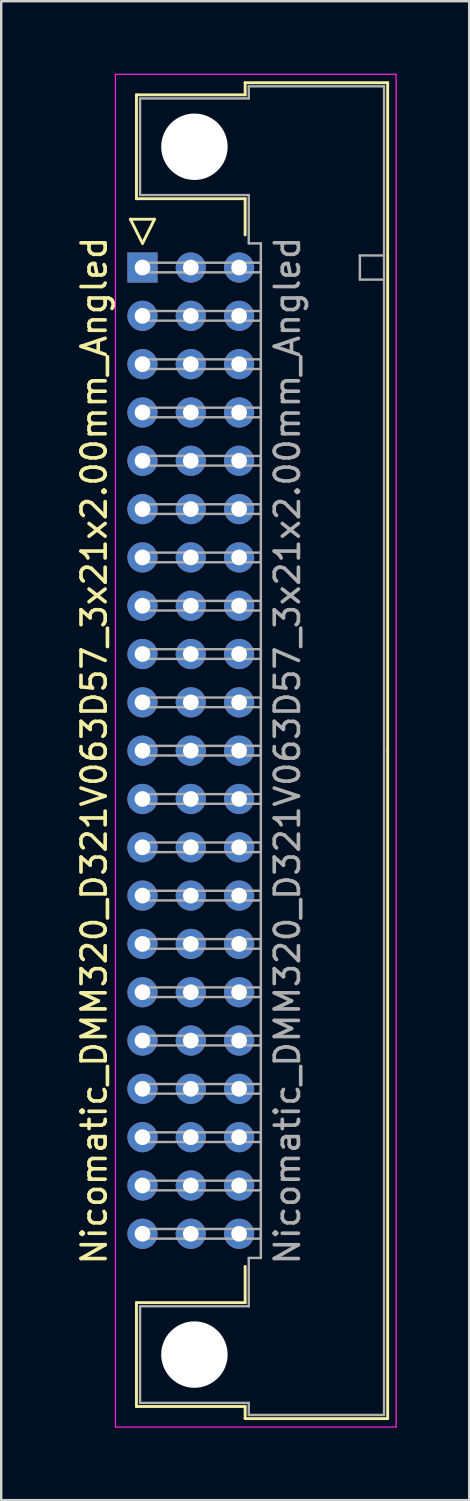
<source format=kicad_pcb>
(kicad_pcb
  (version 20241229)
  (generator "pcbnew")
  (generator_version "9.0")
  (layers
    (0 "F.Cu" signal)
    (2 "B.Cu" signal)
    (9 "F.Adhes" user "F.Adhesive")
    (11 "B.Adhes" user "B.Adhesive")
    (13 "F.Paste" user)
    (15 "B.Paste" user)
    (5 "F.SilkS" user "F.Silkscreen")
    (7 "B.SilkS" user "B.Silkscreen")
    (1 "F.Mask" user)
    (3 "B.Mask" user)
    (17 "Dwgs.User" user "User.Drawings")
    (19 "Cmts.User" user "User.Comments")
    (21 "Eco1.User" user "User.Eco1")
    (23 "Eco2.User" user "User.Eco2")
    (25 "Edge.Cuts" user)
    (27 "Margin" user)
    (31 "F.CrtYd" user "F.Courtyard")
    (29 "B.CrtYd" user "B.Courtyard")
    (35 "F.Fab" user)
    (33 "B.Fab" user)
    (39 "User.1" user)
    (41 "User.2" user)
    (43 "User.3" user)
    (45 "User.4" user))
  (footprint "Nicomatic_DMM320_D321V063D57_3x21x2.00mm_Angled"
    (layer "F.Cu")
    (at 2.848 8.025)
    (property "Reference" "Nicomatic_DMM320_D321V063D57_3x21x2.00mm_Angled" (at -2 20 90) (layer "F.SilkS") (effects (font (size 1 1) (thickness 0.15))))
    (attr through_hole)
    (fp_line (start -0.5 -2) (end 0 -1) (stroke (width 0.12) (type solid)) (layer "F.SilkS"))
    (fp_line (start -0.25 -7.15) (end -0.25 -2.85) (stroke (width 0.12) (type solid)) (layer "F.SilkS"))
    (fp_line (start -0.25 -2.85) (end 4.25 -2.85) (stroke (width 0.12) (type solid)) (layer "F.SilkS"))
    (fp_line (start -0.25 42.85) (end 4.25 42.85) (stroke (width 0.12) (type solid)) (layer "F.SilkS"))
    (fp_line (start -0.25 47.15) (end -0.25 42.85) (stroke (width 0.12) (type solid)) (layer "F.SilkS"))
    (fp_line (start 0 -1) (end 0.5 -2) (stroke (width 0.12) (type solid)) (layer "F.SilkS"))
    (fp_line (start 0.5 -2) (end -0.5 -2) (stroke (width 0.12) (type solid)) (layer "F.SilkS"))
    (fp_line (start 4.25 -7.65) (end 4.25 -7.15) (stroke (width 0.12) (type solid)) (layer "F.SilkS"))
    (fp_line (start 4.25 -7.15) (end -0.25 -7.15) (stroke (width 0.12) (type solid)) (layer "F.SilkS"))
    (fp_line (start 4.25 -2.85) (end 4.25 -1.35) (stroke (width 0.12) (type solid)) (layer "F.SilkS"))
    (fp_line (start 4.25 42.85) (end 4.25 41.35) (stroke (width 0.12) (type solid)) (layer "F.SilkS"))
    (fp_line (start 4.25 47.15) (end -0.25 47.15) (stroke (width 0.12) (type solid)) (layer "F.SilkS"))
    (fp_line (start 4.25 47.65) (end 4.25 47.15) (stroke (width 0.12) (type solid)) (layer "F.SilkS"))
    (fp_line (start 10.15 -7.65) (end 4.25 -7.65) (stroke (width 0.12) (type solid)) (layer "F.SilkS"))
    (fp_line (start 10.15 20) (end 10.15 -7.65) (stroke (width 0.12) (type solid)) (layer "F.SilkS"))
    (fp_line (start 10.15 20) (end 10.15 47.65) (stroke (width 0.12) (type solid)) (layer "F.SilkS"))
    (fp_line (start 10.15 47.65) (end 4.25 47.65) (stroke (width 0.12) (type solid)) (layer "F.SilkS"))
    (fp_line (start -1.12 -8) (end -1.12 48) (stroke (width 0.05) (type solid)) (layer "F.CrtYd"))
    (fp_line (start -1.12 48) (end 10.5 48) (stroke (width 0.05) (type solid)) (layer "F.CrtYd"))
    (fp_line (start 10.5 -8) (end -1.12 -8) (stroke (width 0.05) (type solid)) (layer "F.CrtYd"))
    (fp_line (start 10.5 48) (end 10.5 -8) (stroke (width 0.05) (type solid)) (layer "F.CrtYd"))
    (fp_line (start -0.1 -7) (end -0.1 -3) (stroke (width 0.1) (type solid)) (layer "F.Fab"))
    (fp_line (start -0.1 -3) (end 4.4 -3) (stroke (width 0.1) (type solid)) (layer "F.Fab"))
    (fp_line (start -0.1 43) (end 4.4 43) (stroke (width 0.1) (type solid)) (layer "F.Fab"))
    (fp_line (start -0.1 47) (end -0.1 43) (stroke (width 0.1) (type solid)) (layer "F.Fab"))
    (fp_line (start 0 -0.2) (end 0 0.2) (stroke (width 0.1) (type solid)) (layer "F.Fab"))
    (fp_line (start 0 0.2) (end 4.9 0.2) (stroke (width 0.1) (type solid)) (layer "F.Fab"))
    (fp_line (start 0 1.8) (end 0 2.2) (stroke (width 0.1) (type solid)) (layer "F.Fab"))
    (fp_line (start 0 2.2) (end 4.9 2.2) (stroke (width 0.1) (type solid)) (layer "F.Fab"))
    (fp_line (start 0 3.8) (end 0 4.2) (stroke (width 0.1) (type solid)) (layer "F.Fab"))
    (fp_line (start 0 4.2) (end 4.9 4.2) (stroke (width 0.1) (type solid)) (layer "F.Fab"))
    (fp_line (start 0 5.8) (end 0 6.2) (stroke (width 0.1) (type solid)) (layer "F.Fab"))
    (fp_line (start 0 6.2) (end 4.9 6.2) (stroke (width 0.1) (type solid)) (layer "F.Fab"))
    (fp_line (start 0 7.8) (end 0 8.2) (stroke (width 0.1) (type solid)) (layer "F.Fab"))
    (fp_line (start 0 8.2) (end 4.9 8.2) (stroke (width 0.1) (type solid)) (layer "F.Fab"))
    (fp_line (start 0 9.8) (end 0 10.2) (stroke (width 0.1) (type solid)) (layer "F.Fab"))
    (fp_line (start 0 10.2) (end 4.9 10.2) (stroke (width 0.1) (type solid)) (layer "F.Fab"))
    (fp_line (start 0 11.8) (end 0 12.2) (stroke (width 0.1) (type solid)) (layer "F.Fab"))
    (fp_line (start 0 12.2) (end 4.9 12.2) (stroke (width 0.1) (type solid)) (layer "F.Fab"))
    (fp_line (start 0 13.8) (end 0 14.2) (stroke (width 0.1) (type solid)) (layer "F.Fab"))
    (fp_line (start 0 14.2) (end 4.9 14.2) (stroke (width 0.1) (type solid)) (layer "F.Fab"))
    (fp_line (start 0 15.8) (end 0 16.2) (stroke (width 0.1) (type solid)) (layer "F.Fab"))
    (fp_line (start 0 16.2) (end 4.9 16.2) (stroke (width 0.1) (type solid)) (layer "F.Fab"))
    (fp_line (start 0 17.8) (end 0 18.2) (stroke (width 0.1) (type solid)) (layer "F.Fab"))
    (fp_line (start 0 18.2) (end 4.9 18.2) (stroke (width 0.1) (type solid)) (layer "F.Fab"))
    (fp_line (start 0 19.8) (end 0 20.2) (stroke (width 0.1) (type solid)) (layer "F.Fab"))
    (fp_line (start 0 20.2) (end 4.9 20.2) (stroke (width 0.1) (type solid)) (layer "F.Fab"))
    (fp_line (start 0 21.8) (end 0 22.2) (stroke (width 0.1) (type solid)) (layer "F.Fab"))
    (fp_line (start 0 22.2) (end 4.9 22.2) (stroke (width 0.1) (type solid)) (layer "F.Fab"))
    (fp_line (start 0 23.8) (end 0 24.2) (stroke (width 0.1) (type solid)) (layer "F.Fab"))
    (fp_line (start 0 24.2) (end 4.9 24.2) (stroke (width 0.1) (type solid)) (layer "F.Fab"))
    (fp_line (start 0 25.8) (end 0 26.2) (stroke (width 0.1) (type solid)) (layer "F.Fab"))
    (fp_line (start 0 26.2) (end 4.9 26.2) (stroke (width 0.1) (type solid)) (layer "F.Fab"))
    (fp_line (start 0 27.8) (end 0 28.2) (stroke (width 0.1) (type solid)) (layer "F.Fab"))
    (fp_line (start 0 28.2) (end 4.9 28.2) (stroke (width 0.1) (type solid)) (layer "F.Fab"))
    (fp_line (start 0 29.8) (end 0 30.2) (stroke (width 0.1) (type solid)) (layer "F.Fab"))
    (fp_line (start 0 30.2) (end 4.9 30.2) (stroke (width 0.1) (type solid)) (layer "F.Fab"))
    (fp_line (start 0 31.8) (end 0 32.2) (stroke (width 0.1) (type solid)) (layer "F.Fab"))
    (fp_line (start 0 32.2) (end 4.9 32.2) (stroke (width 0.1) (type solid)) (layer "F.Fab"))
    (fp_line (start 0 33.8) (end 0 34.2) (stroke (width 0.1) (type solid)) (layer "F.Fab"))
    (fp_line (start 0 34.2) (end 4.9 34.2) (stroke (width 0.1) (type solid)) (layer "F.Fab"))
    (fp_line (start 0 35.8) (end 0 36.2) (stroke (width 0.1) (type solid)) (layer "F.Fab"))
    (fp_line (start 0 36.2) (end 4.9 36.2) (stroke (width 0.1) (type solid)) (layer "F.Fab"))
    (fp_line (start 0 37.8) (end 0 38.2) (stroke (width 0.1) (type solid)) (layer "F.Fab"))
    (fp_line (start 0 38.2) (end 4.9 38.2) (stroke (width 0.1) (type solid)) (layer "F.Fab"))
    (fp_line (start 0 39.8) (end 0 40.2) (stroke (width 0.1) (type solid)) (layer "F.Fab"))
    (fp_line (start 0 40.2) (end 4.9 40.2) (stroke (width 0.1) (type solid)) (layer "F.Fab"))
    (fp_line (start 4.4 -7.5) (end 4.4 -7) (stroke (width 0.1) (type solid)) (layer "F.Fab"))
    (fp_line (start 4.4 -7) (end -0.1 -7) (stroke (width 0.1) (type solid)) (layer "F.Fab"))
    (fp_line (start 4.4 -3) (end 4.4 -1) (stroke (width 0.1) (type solid)) (layer "F.Fab"))
    (fp_line (start 4.4 -1) (end 4.9 -1) (stroke (width 0.1) (type solid)) (layer "F.Fab"))
    (fp_line (start 4.4 41) (end 4.9 41) (stroke (width 0.1) (type solid)) (layer "F.Fab"))
    (fp_line (start 4.4 43) (end 4.4 41) (stroke (width 0.1) (type solid)) (layer "F.Fab"))
    (fp_line (start 4.4 47) (end -0.1 47) (stroke (width 0.1) (type solid)) (layer "F.Fab"))
    (fp_line (start 4.4 47.5) (end 4.4 47) (stroke (width 0.1) (type solid)) (layer "F.Fab"))
    (fp_line (start 4.9 -1) (end 4.9 20) (stroke (width 0.1) (type solid)) (layer "F.Fab"))
    (fp_line (start 4.9 -0.2) (end 0 -0.2) (stroke (width 0.1) (type solid)) (layer "F.Fab"))
    (fp_line (start 4.9 0.2) (end 4.9 -0.2) (stroke (width 0.1) (type solid)) (layer "F.Fab"))
    (fp_line (start 4.9 1.8) (end 0 1.8) (stroke (width 0.1) (type solid)) (layer "F.Fab"))
    (fp_line (start 4.9 2.2) (end 4.9 1.8) (stroke (width 0.1) (type solid)) (layer "F.Fab"))
    (fp_line (start 4.9 3.8) (end 0 3.8) (stroke (width 0.1) (type solid)) (layer "F.Fab"))
    (fp_line (start 4.9 4.2) (end 4.9 3.8) (stroke (width 0.1) (type solid)) (layer "F.Fab"))
    (fp_line (start 4.9 5.8) (end 0 5.8) (stroke (width 0.1) (type solid)) (layer "F.Fab"))
    (fp_line (start 4.9 6.2) (end 4.9 5.8) (stroke (width 0.1) (type solid)) (layer "F.Fab"))
    (fp_line (start 4.9 7.8) (end 0 7.8) (stroke (width 0.1) (type solid)) (layer "F.Fab"))
    (fp_line (start 4.9 8.2) (end 4.9 7.8) (stroke (width 0.1) (type solid)) (layer "F.Fab"))
    (fp_line (start 4.9 9.8) (end 0 9.8) (stroke (width 0.1) (type solid)) (layer "F.Fab"))
    (fp_line (start 4.9 10.2) (end 4.9 9.8) (stroke (width 0.1) (type solid)) (layer "F.Fab"))
    (fp_line (start 4.9 11.8) (end 0 11.8) (stroke (width 0.1) (type solid)) (layer "F.Fab"))
    (fp_line (start 4.9 12.2) (end 4.9 11.8) (stroke (width 0.1) (type solid)) (layer "F.Fab"))
    (fp_line (start 4.9 13.8) (end 0 13.8) (stroke (width 0.1) (type solid)) (layer "F.Fab"))
    (fp_line (start 4.9 14.2) (end 4.9 13.8) (stroke (width 0.1) (type solid)) (layer "F.Fab"))
    (fp_line (start 4.9 15.8) (end 0 15.8) (stroke (width 0.1) (type solid)) (layer "F.Fab"))
    (fp_line (start 4.9 16.2) (end 4.9 15.8) (stroke (width 0.1) (type solid)) (layer "F.Fab"))
    (fp_line (start 4.9 17.8) (end 0 17.8) (stroke (width 0.1) (type solid)) (layer "F.Fab"))
    (fp_line (start 4.9 18.2) (end 4.9 17.8) (stroke (width 0.1) (type solid)) (layer "F.Fab"))
    (fp_line (start 4.9 19.8) (end 0 19.8) (stroke (width 0.1) (type solid)) (layer "F.Fab"))
    (fp_line (start 4.9 20.2) (end 4.9 19.8) (stroke (width 0.1) (type solid)) (layer "F.Fab"))
    (fp_line (start 4.9 21.8) (end 0 21.8) (stroke (width 0.1) (type solid)) (layer "F.Fab"))
    (fp_line (start 4.9 22.2) (end 4.9 21.8) (stroke (width 0.1) (type solid)) (layer "F.Fab"))
    (fp_line (start 4.9 23.8) (end 0 23.8) (stroke (width 0.1) (type solid)) (layer "F.Fab"))
    (fp_line (start 4.9 24.2) (end 4.9 23.8) (stroke (width 0.1) (type solid)) (layer "F.Fab"))
    (fp_line (start 4.9 25.8) (end 0 25.8) (stroke (width 0.1) (type solid)) (layer "F.Fab"))
    (fp_line (start 4.9 26.2) (end 4.9 25.8) (stroke (width 0.1) (type solid)) (layer "F.Fab"))
    (fp_line (start 4.9 27.8) (end 0 27.8) (stroke (width 0.1) (type solid)) (layer "F.Fab"))
    (fp_line (start 4.9 28.2) (end 4.9 27.8) (stroke (width 0.1) (type solid)) (layer "F.Fab"))
    (fp_line (start 4.9 29.8) (end 0 29.8) (stroke (width 0.1) (type solid)) (layer "F.Fab"))
    (fp_line (start 4.9 30.2) (end 4.9 29.8) (stroke (width 0.1) (type solid)) (layer "F.Fab"))
    (fp_line (start 4.9 31.8) (end 0 31.8) (stroke (width 0.1) (type solid)) (layer "F.Fab"))
    (fp_line (start 4.9 32.2) (end 4.9 31.8) (stroke (width 0.1) (type solid)) (layer "F.Fab"))
    (fp_line (start 4.9 33.8) (end 0 33.8) (stroke (width 0.1) (type solid)) (layer "F.Fab"))
    (fp_line (start 4.9 34.2) (end 4.9 33.8) (stroke (width 0.1) (type solid)) (layer "F.Fab"))
    (fp_line (start 4.9 35.8) (end 0 35.8) (stroke (width 0.1) (type solid)) (layer "F.Fab"))
    (fp_line (start 4.9 36.2) (end 4.9 35.8) (stroke (width 0.1) (type solid)) (layer "F.Fab"))
    (fp_line (start 4.9 37.8) (end 0 37.8) (stroke (width 0.1) (type solid)) (layer "F.Fab"))
    (fp_line (start 4.9 38.2) (end 4.9 37.8) (stroke (width 0.1) (type solid)) (layer "F.Fab"))
    (fp_line (start 4.9 39.8) (end 0 39.8) (stroke (width 0.1) (type solid)) (layer "F.Fab"))
    (fp_line (start 4.9 40.2) (end 4.9 39.8) (stroke (width 0.1) (type solid)) (layer "F.Fab"))
    (fp_line (start 4.9 41) (end 4.9 20) (stroke (width 0.1) (type solid)) (layer "F.Fab"))
    (fp_line (start 9 -0.5) (end 9 0.5) (stroke (width 0.1) (type solid)) (layer "F.Fab"))
    (fp_line (start 9 0.5) (end 10 0.5) (stroke (width 0.1) (type solid)) (layer "F.Fab"))
    (fp_line (start 10 -7.5) (end 4.4 -7.5) (stroke (width 0.1) (type solid)) (layer "F.Fab"))
    (fp_line (start 10 -0.5) (end 9 -0.5) (stroke (width 0.1) (type solid)) (layer "F.Fab"))
    (fp_line (start 10 20) (end 10 -7.5) (stroke (width 0.1) (type solid)) (layer "F.Fab"))
    (fp_line (start 10 20) (end 10 47.5) (stroke (width 0.1) (type solid)) (layer "F.Fab"))
    (fp_line (start 10 47.5) (end 4.4 47.5) (stroke (width 0.1) (type solid)) (layer "F.Fab"))
    (fp_text user "${REFERENCE}" (at 6 20 90) (layer "F.Fab") (effects (font (size 1 1) (thickness 0.15))))
    (pad "" np_thru_hole circle (at 2.15 -5) (size 2.75 2.75) (drill 2.75) (layers "*.Cu" "*.Mask"))
    (pad "" np_thru_hole circle (at 2.15 45) (size 2.75 2.75) (drill 2.75) (layers "*.Cu" "*.Mask"))
    (pad "1" thru_hole rect (at 0 0) (size 1.25 1.25) (drill 0.65) (layers "*.Cu" "*.Mask"))
    (pad "2" thru_hole oval (at 0 2) (size 1.25 1.25) (drill 0.65) (layers "*.Cu" "*.Mask"))
    (pad "3" thru_hole oval (at 0 4) (size 1.25 1.25) (drill 0.65) (layers "*.Cu" "*.Mask"))
    (pad "4" thru_hole oval (at 0 6) (size 1.25 1.25) (drill 0.65) (layers "*.Cu" "*.Mask"))
    (pad "5" thru_hole oval (at 0 8) (size 1.25 1.25) (drill 0.65) (layers "*.Cu" "*.Mask"))
    (pad "6" thru_hole oval (at 0 10) (size 1.25 1.25) (drill 0.65) (layers "*.Cu" "*.Mask"))
    (pad "7" thru_hole oval (at 0 12) (size 1.25 1.25) (drill 0.65) (layers "*.Cu" "*.Mask"))
    (pad "8" thru_hole oval (at 0 14) (size 1.25 1.25) (drill 0.65) (layers "*.Cu" "*.Mask"))
    (pad "9" thru_hole oval (at 0 16) (size 1.25 1.25) (drill 0.65) (layers "*.Cu" "*.Mask"))
    (pad "10" thru_hole oval (at 0 18) (size 1.25 1.25) (drill 0.65) (layers "*.Cu" "*.Mask"))
    (pad "11" thru_hole oval (at 0 20) (size 1.25 1.25) (drill 0.65) (layers "*.Cu" "*.Mask"))
    (pad "12" thru_hole oval (at 0 22) (size 1.25 1.25) (drill 0.65) (layers "*.Cu" "*.Mask"))
    (pad "13" thru_hole oval (at 0 24) (size 1.25 1.25) (drill 0.65) (layers "*.Cu" "*.Mask"))
    (pad "14" thru_hole oval (at 0 26) (size 1.25 1.25) (drill 0.65) (layers "*.Cu" "*.Mask"))
    (pad "15" thru_hole oval (at 0 28) (size 1.25 1.25) (drill 0.65) (layers "*.Cu" "*.Mask"))
    (pad "16" thru_hole oval (at 0 30) (size 1.25 1.25) (drill 0.65) (layers "*.Cu" "*.Mask"))
    (pad "17" thru_hole oval (at 0 32) (size 1.25 1.25) (drill 0.65) (layers "*.Cu" "*.Mask"))
    (pad "18" thru_hole oval (at 0 34) (size 1.25 1.25) (drill 0.65) (layers "*.Cu" "*.Mask"))
    (pad "19" thru_hole oval (at 0 36) (size 1.25 1.25) (drill 0.65) (layers "*.Cu" "*.Mask"))
    (pad "20" thru_hole oval (at 0 38) (size 1.25 1.25) (drill 0.65) (layers "*.Cu" "*.Mask"))
    (pad "21" thru_hole oval (at 0 40) (size 1.25 1.25) (drill 0.65) (layers "*.Cu" "*.Mask"))
    (pad "22" thru_hole oval (at 2 0) (size 1.25 1.25) (drill 0.65) (layers "*.Cu" "*.Mask"))
    (pad "23" thru_hole oval (at 2 2) (size 1.25 1.25) (drill 0.65) (layers "*.Cu" "*.Mask"))
    (pad "24" thru_hole oval (at 2 4) (size 1.25 1.25) (drill 0.65) (layers "*.Cu" "*.Mask"))
    (pad "25" thru_hole oval (at 2 6) (size 1.25 1.25) (drill 0.65) (layers "*.Cu" "*.Mask"))
    (pad "26" thru_hole oval (at 2 8) (size 1.25 1.25) (drill 0.65) (layers "*.Cu" "*.Mask"))
    (pad "27" thru_hole oval (at 2 10) (size 1.25 1.25) (drill 0.65) (layers "*.Cu" "*.Mask"))
    (pad "28" thru_hole oval (at 2 12) (size 1.25 1.25) (drill 0.65) (layers "*.Cu" "*.Mask"))
    (pad "29" thru_hole oval (at 2 14) (size 1.25 1.25) (drill 0.65) (layers "*.Cu" "*.Mask"))
    (pad "30" thru_hole oval (at 2 16) (size 1.25 1.25) (drill 0.65) (layers "*.Cu" "*.Mask"))
    (pad "31" thru_hole oval (at 2 18) (size 1.25 1.25) (drill 0.65) (layers "*.Cu" "*.Mask"))
    (pad "32" thru_hole oval (at 2 20) (size 1.25 1.25) (drill 0.65) (layers "*.Cu" "*.Mask"))
    (pad "33" thru_hole oval (at 2 22) (size 1.25 1.25) (drill 0.65) (layers "*.Cu" "*.Mask"))
    (pad "34" thru_hole oval (at 2 24) (size 1.25 1.25) (drill 0.65) (layers "*.Cu" "*.Mask"))
    (pad "35" thru_hole oval (at 2 26) (size 1.25 1.25) (drill 0.65) (layers "*.Cu" "*.Mask"))
    (pad "36" thru_hole oval (at 2 28) (size 1.25 1.25) (drill 0.65) (layers "*.Cu" "*.Mask"))
    (pad "37" thru_hole oval (at 2 30) (size 1.25 1.25) (drill 0.65) (layers "*.Cu" "*.Mask"))
    (pad "38" thru_hole oval (at 2 32) (size 1.25 1.25) (drill 0.65) (layers "*.Cu" "*.Mask"))
    (pad "39" thru_hole oval (at 2 34) (size 1.25 1.25) (drill 0.65) (layers "*.Cu" "*.Mask"))
    (pad "40" thru_hole oval (at 2 36) (size 1.25 1.25) (drill 0.65) (layers "*.Cu" "*.Mask"))
    (pad "41" thru_hole oval (at 2 38) (size 1.25 1.25) (drill 0.65) (layers "*.Cu" "*.Mask"))
    (pad "42" thru_hole oval (at 2 40) (size 1.25 1.25) (drill 0.65) (layers "*.Cu" "*.Mask"))
    (pad "43" thru_hole oval (at 4 0) (size 1.25 1.25) (drill 0.65) (layers "*.Cu" "*.Mask"))
    (pad "44" thru_hole oval (at 4 2) (size 1.25 1.25) (drill 0.65) (layers "*.Cu" "*.Mask"))
    (pad "45" thru_hole oval (at 4 4) (size 1.25 1.25) (drill 0.65) (layers "*.Cu" "*.Mask"))
    (pad "46" thru_hole oval (at 4 6) (size 1.25 1.25) (drill 0.65) (layers "*.Cu" "*.Mask"))
    (pad "47" thru_hole oval (at 4 8) (size 1.25 1.25) (drill 0.65) (layers "*.Cu" "*.Mask"))
    (pad "48" thru_hole oval (at 4 10) (size 1.25 1.25) (drill 0.65) (layers "*.Cu" "*.Mask"))
    (pad "49" thru_hole oval (at 4 12) (size 1.25 1.25) (drill 0.65) (layers "*.Cu" "*.Mask"))
    (pad "50" thru_hole oval (at 4 14) (size 1.25 1.25) (drill 0.65) (layers "*.Cu" "*.Mask"))
    (pad "51" thru_hole oval (at 4 16) (size 1.25 1.25) (drill 0.65) (layers "*.Cu" "*.Mask"))
    (pad "52" thru_hole oval (at 4 18) (size 1.25 1.25) (drill 0.65) (layers "*.Cu" "*.Mask"))
    (pad "53" thru_hole oval (at 4 20) (size 1.25 1.25) (drill 0.65) (layers "*.Cu" "*.Mask"))
    (pad "54" thru_hole oval (at 4 22) (size 1.25 1.25) (drill 0.65) (layers "*.Cu" "*.Mask"))
    (pad "55" thru_hole oval (at 4 24) (size 1.25 1.25) (drill 0.65) (layers "*.Cu" "*.Mask"))
    (pad "56" thru_hole oval (at 4 26) (size 1.25 1.25) (drill 0.65) (layers "*.Cu" "*.Mask"))
    (pad "57" thru_hole oval (at 4 28) (size 1.25 1.25) (drill 0.65) (layers "*.Cu" "*.Mask"))
    (pad "58" thru_hole oval (at 4 30) (size 1.25 1.25) (drill 0.65) (layers "*.Cu" "*.Mask"))
    (pad "59" thru_hole oval (at 4 32) (size 1.25 1.25) (drill 0.65) (layers "*.Cu" "*.Mask"))
    (pad "60" thru_hole oval (at 4 34) (size 1.25 1.25) (drill 0.65) (layers "*.Cu" "*.Mask"))
    (pad "61" thru_hole oval (at 4 36) (size 1.25 1.25) (drill 0.65) (layers "*.Cu" "*.Mask"))
    (pad "62" thru_hole oval (at 4 38) (size 1.25 1.25) (drill 0.65) (layers "*.Cu" "*.Mask"))
    (pad "63" thru_hole oval (at 4 40) (size 1.25 1.25) (drill 0.65) (layers "*.Cu" "*.Mask")))
  (gr_rect
    (start -3 -3)
    (end 16.373 59.05)
    (stroke (width 0.1) (type default))
    (fill no)
    (layer "Edge.Cuts")))
</source>
